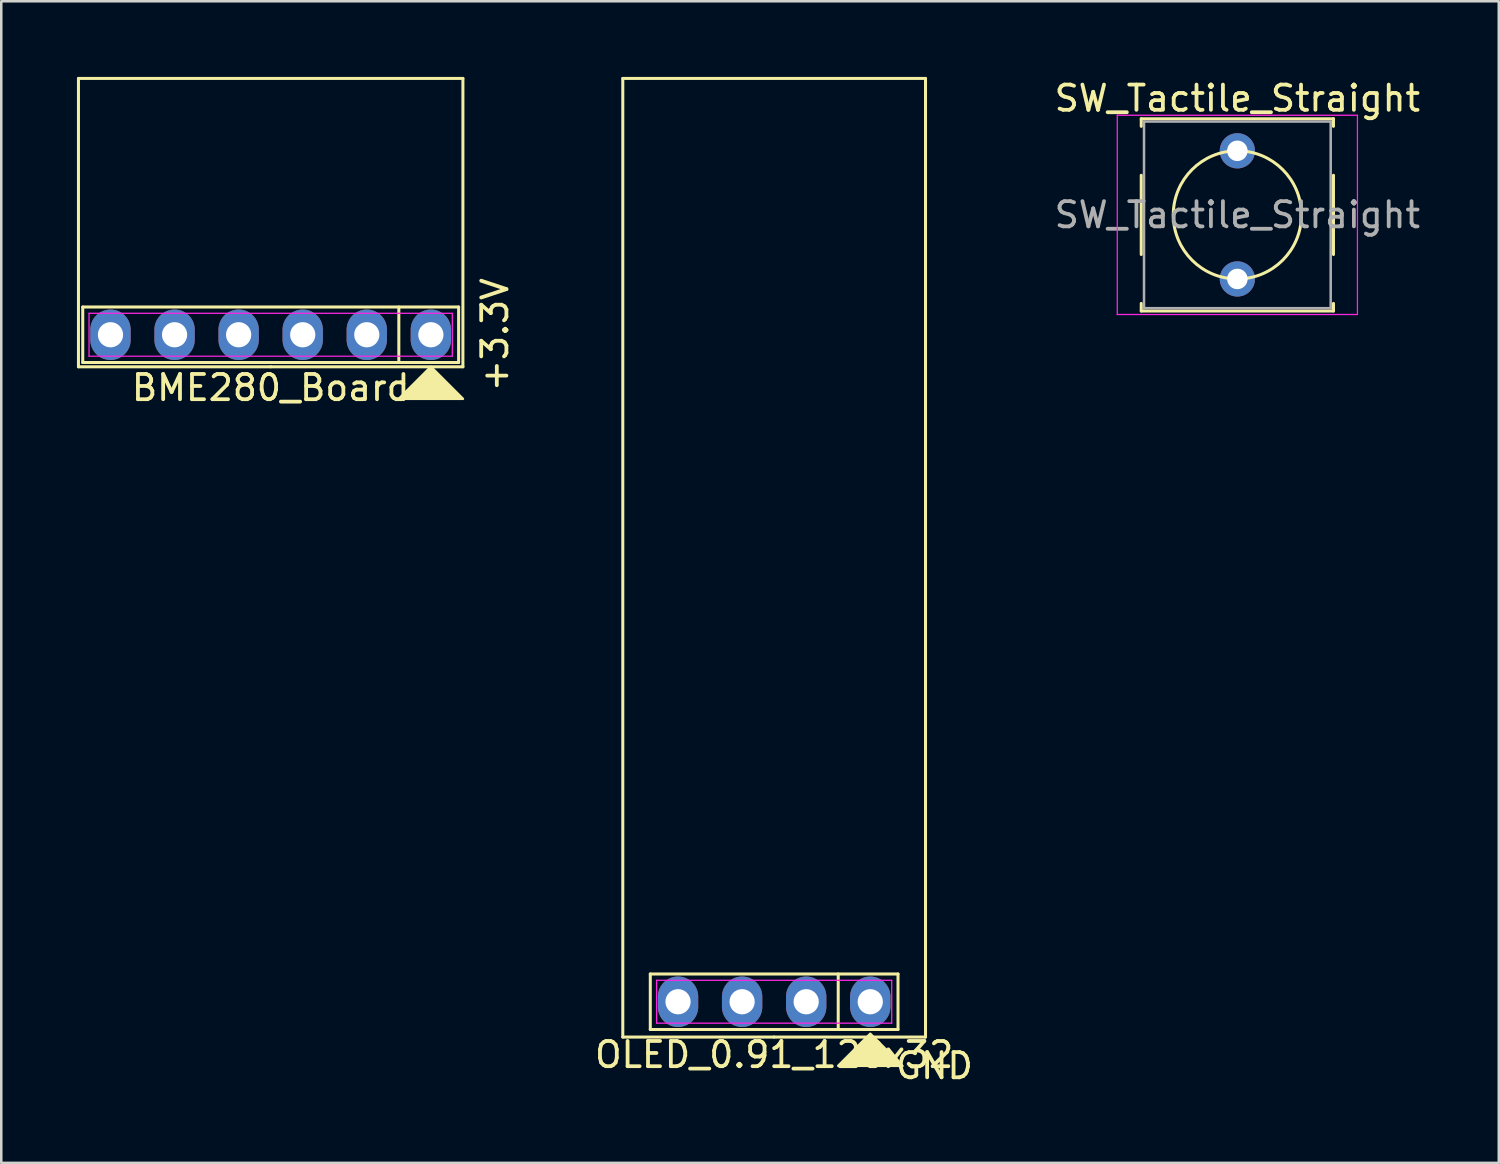
<source format=kicad_pcb>
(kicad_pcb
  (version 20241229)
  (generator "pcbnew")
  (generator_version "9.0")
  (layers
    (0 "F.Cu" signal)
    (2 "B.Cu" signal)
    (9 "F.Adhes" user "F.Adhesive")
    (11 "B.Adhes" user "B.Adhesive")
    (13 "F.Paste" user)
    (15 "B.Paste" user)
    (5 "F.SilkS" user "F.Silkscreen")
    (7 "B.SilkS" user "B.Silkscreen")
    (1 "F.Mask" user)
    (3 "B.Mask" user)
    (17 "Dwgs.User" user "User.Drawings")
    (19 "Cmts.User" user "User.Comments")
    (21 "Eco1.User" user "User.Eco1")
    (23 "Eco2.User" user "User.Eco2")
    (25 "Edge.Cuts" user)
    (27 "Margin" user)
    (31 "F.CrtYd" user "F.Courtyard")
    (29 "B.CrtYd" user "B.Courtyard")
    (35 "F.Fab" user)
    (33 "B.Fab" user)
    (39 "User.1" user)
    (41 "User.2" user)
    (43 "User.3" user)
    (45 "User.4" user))
  (footprint "SW_Tactile_Straight"
    (layer "F.Cu")
    (at 46 2.928)
    (property "Reference" "SW_Tactile_Straight" (at 0 -2.08 180) (layer "F.SilkS") (effects (font (size 1 1) (thickness 0.15))))
    (attr through_hole)
    (fp_line (start -3.81 -1.27) (end -3.81 -0.97) (stroke (width 0.12) (type solid)) (layer "F.SilkS"))
    (fp_line (start -3.81 -1.27) (end 3.81 -1.27) (stroke (width 0.12) (type solid)) (layer "F.SilkS"))
    (fp_line (start -3.81 0.97) (end -3.81 4.11) (stroke (width 0.12) (type solid)) (layer "F.SilkS"))
    (fp_line (start -3.81 6.05) (end -3.81 6.35) (stroke (width 0.12) (type solid)) (layer "F.SilkS"))
    (fp_line (start 3.81 -1.27) (end 3.81 -0.97) (stroke (width 0.12) (type solid)) (layer "F.SilkS"))
    (fp_line (start 3.81 0.97) (end 3.81 4.11) (stroke (width 0.12) (type solid)) (layer "F.SilkS"))
    (fp_line (start 3.81 6.05) (end 3.81 6.35) (stroke (width 0.12) (type solid)) (layer "F.SilkS"))
    (fp_line (start 3.81 6.35) (end -3.81 6.35) (stroke (width 0.12) (type solid)) (layer "F.SilkS"))
    (fp_circle (center 0 2.54) (end 0 0) (stroke (width 0.12) (type solid)) (fill no) (layer "F.SilkS"))
    (fp_line (start -4.76 -1.41) (end -4.76 6.49) (stroke (width 0.05) (type solid)) (layer "F.CrtYd"))
    (fp_line (start -4.76 -1.41) (end 4.76 -1.41) (stroke (width 0.05) (type solid)) (layer "F.CrtYd"))
    (fp_line (start 4.76 6.49) (end -4.76 6.49) (stroke (width 0.05) (type solid)) (layer "F.CrtYd"))
    (fp_line (start 4.76 6.49) (end 4.76 -1.41) (stroke (width 0.05) (type solid)) (layer "F.CrtYd"))
    (fp_line (start -3.7 -1.16) (end 3.7 -1.16) (stroke (width 0.1) (type solid)) (layer "F.Fab"))
    (fp_line (start -3.7 6.24) (end -3.7 -1.16) (stroke (width 0.1) (type solid)) (layer "F.Fab"))
    (fp_line (start 3.7 -1.16) (end 3.7 6.24) (stroke (width 0.1) (type solid)) (layer "F.Fab"))
    (fp_line (start 3.7 6.24) (end -3.7 6.24) (stroke (width 0.1) (type solid)) (layer "F.Fab"))
    (fp_text user "${REFERENCE}" (at 0 2.54 180) (layer "F.Fab") (effects (font (size 1 1) (thickness 0.15))))
    (pad "1" thru_hole circle (at 0 0) (size 1.397 1.397) (drill 0.813) (layers "*.Cu" "*.Mask"))
    (pad "2" thru_hole circle (at 0 5.08) (size 1.397 1.397) (drill 0.813) (layers "*.Cu" "*.Mask")))
  (footprint "OLED_0.91_128x32"
    (layer "F.Cu")
    (at 27.638 36.66)
    (property "Reference" "OLED_0.91_128x32" (at 0 2.1 0) (layer "F.SilkS") (effects (font (size 1 1) (thickness 0.15))))
    (attr through_hole)
    (fp_line (start -6 -36.6) (end -6 1.4) (stroke (width 0.12) (type solid)) (layer "F.SilkS"))
    (fp_line (start -4.91 -1.1) (end 4.91 -1.1) (stroke (width 0.12) (type solid)) (layer "F.SilkS"))
    (fp_line (start -4.91 1.1) (end -4.91 -1.1) (stroke (width 0.12) (type solid)) (layer "F.SilkS"))
    (fp_line (start 0 1.4) (end -6 1.4) (stroke (width 0.12) (type solid)) (layer "F.SilkS"))
    (fp_line (start 0 1.4) (end 6 1.4) (stroke (width 0.12) (type solid)) (layer "F.SilkS"))
    (fp_line (start 2.54 -1.1) (end 2.54 1.1) (stroke (width 0.12) (type solid)) (layer "F.SilkS"))
    (fp_line (start 4.91 -1.1) (end 4.91 1.1) (stroke (width 0.12) (type solid)) (layer "F.SilkS"))
    (fp_line (start 4.91 1.1) (end -4.91 1.1) (stroke (width 0.12) (type solid)) (layer "F.SilkS"))
    (fp_line (start 6 -36.6) (end -6 -36.6) (stroke (width 0.12) (type solid)) (layer "F.SilkS"))
    (fp_line (start 6 1.4) (end 6 -36.6) (stroke (width 0.12) (type solid)) (layer "F.SilkS"))
    (fp_poly (pts (xy 5.08 2.54) (xy 2.54 2.54) (xy 3.81 1.27)) (stroke (width 0.1) (type solid)) (fill yes) (layer "F.SilkS"))
    (fp_line (start -4.66 -0.85) (end 4.66 -0.85) (stroke (width 0.05) (type solid)) (layer "F.CrtYd"))
    (fp_line (start -4.66 0.85) (end -4.66 -0.85) (stroke (width 0.05) (type solid)) (layer "F.CrtYd"))
    (fp_line (start 4.66 -0.85) (end 4.66 0.85) (stroke (width 0.05) (type solid)) (layer "F.CrtYd"))
    (fp_line (start 4.66 0.85) (end -4.66 0.85) (stroke (width 0.05) (type solid)) (layer "F.CrtYd"))
    (fp_text user "GND" (at 6.35 2.54 180) (layer "F.SilkS") (effects (font (size 1 1) (thickness 0.15))))
    (pad "1" thru_hole oval (at 3.81 0) (size 1.6 2) (drill 1) (layers "*.Cu" "*.Mask"))
    (pad "2" thru_hole oval (at 1.27 0) (size 1.6 2) (drill 1) (layers "*.Cu" "*.Mask"))
    (pad "3" thru_hole oval (at -1.27 0) (size 1.6 2) (drill 1) (layers "*.Cu" "*.Mask"))
    (pad "4" thru_hole oval (at -3.81 0) (size 1.6 2) (drill 1) (layers "*.Cu" "*.Mask")))
  (footprint "BME280_Board"
    (layer "F.Cu")
    (at 7.68 10.22)
    (property "Reference" "BME280_Board" (at 0 2.1 0) (layer "F.SilkS") (effects (font (size 1 1) (thickness 0.15))))
    (attr through_hole)
    (fp_line (start -7.62 -10.16) (end -7.62 1.27) (stroke (width 0.12) (type solid)) (layer "F.SilkS"))
    (fp_line (start -7.62 1.27) (end 0 1.27) (stroke (width 0.12) (type solid)) (layer "F.SilkS"))
    (fp_line (start -7.45 -1.1) (end 7.45 -1.1) (stroke (width 0.12) (type solid)) (layer "F.SilkS"))
    (fp_line (start -7.45 1.1) (end -7.45 -1.1) (stroke (width 0.12) (type solid)) (layer "F.SilkS"))
    (fp_line (start 0 1.27) (end 7.62 1.27) (stroke (width 0.12) (type solid)) (layer "F.SilkS"))
    (fp_line (start 5.08 -1.1) (end 5.08 1.1) (stroke (width 0.12) (type solid)) (layer "F.SilkS"))
    (fp_line (start 7.45 -1.1) (end 7.45 1.1) (stroke (width 0.12) (type solid)) (layer "F.SilkS"))
    (fp_line (start 7.45 1.1) (end -7.45 1.1) (stroke (width 0.12) (type solid)) (layer "F.SilkS"))
    (fp_line (start 7.62 -10.16) (end -7.62 -10.16) (stroke (width 0.12) (type solid)) (layer "F.SilkS"))
    (fp_line (start 7.62 1.27) (end 7.62 -10.16) (stroke (width 0.12) (type solid)) (layer "F.SilkS"))
    (fp_poly (pts (xy 7.62 2.54) (xy 5.08 2.54) (xy 6.35 1.27)) (stroke (width 0.1) (type solid)) (fill yes) (layer "F.SilkS"))
    (fp_line (start -7.2 -0.85) (end 7.2 -0.85) (stroke (width 0.05) (type solid)) (layer "F.CrtYd"))
    (fp_line (start -7.2 0.85) (end -7.2 -0.85) (stroke (width 0.05) (type solid)) (layer "F.CrtYd"))
    (fp_line (start 7.2 -0.85) (end 7.2 0.85) (stroke (width 0.05) (type solid)) (layer "F.CrtYd"))
    (fp_line (start 7.2 0.85) (end -7.2 0.85) (stroke (width 0.05) (type solid)) (layer "F.CrtYd"))
    (fp_text user "+3.3V" (at 8.89 0 90) (layer "F.SilkS") (effects (font (size 1 1) (thickness 0.15))))
    (pad "1" thru_hole oval (at 6.35 0) (size 1.6 2) (drill 1) (layers "*.Cu" "*.Mask"))
    (pad "2" thru_hole oval (at 3.81 0) (size 1.6 2) (drill 1) (layers "*.Cu" "*.Mask"))
    (pad "3" thru_hole oval (at 1.27 0) (size 1.6 2) (drill 1) (layers "*.Cu" "*.Mask"))
    (pad "4" thru_hole oval (at -1.27 0) (size 1.6 2) (drill 1) (layers "*.Cu" "*.Mask"))
    (pad "5" thru_hole oval (at -3.81 0) (size 1.6 2) (drill 1) (layers "*.Cu" "*.Mask"))
    (pad "6" thru_hole oval (at -6.35 0) (size 1.6 2) (drill 1) (layers "*.Cu" "*.Mask")))
  (gr_rect
    (start -3 -3)
    (end 56.363 43.048)
    (stroke (width 0.1) (type default))
    (fill no)
    (layer "Edge.Cuts")))
</source>
